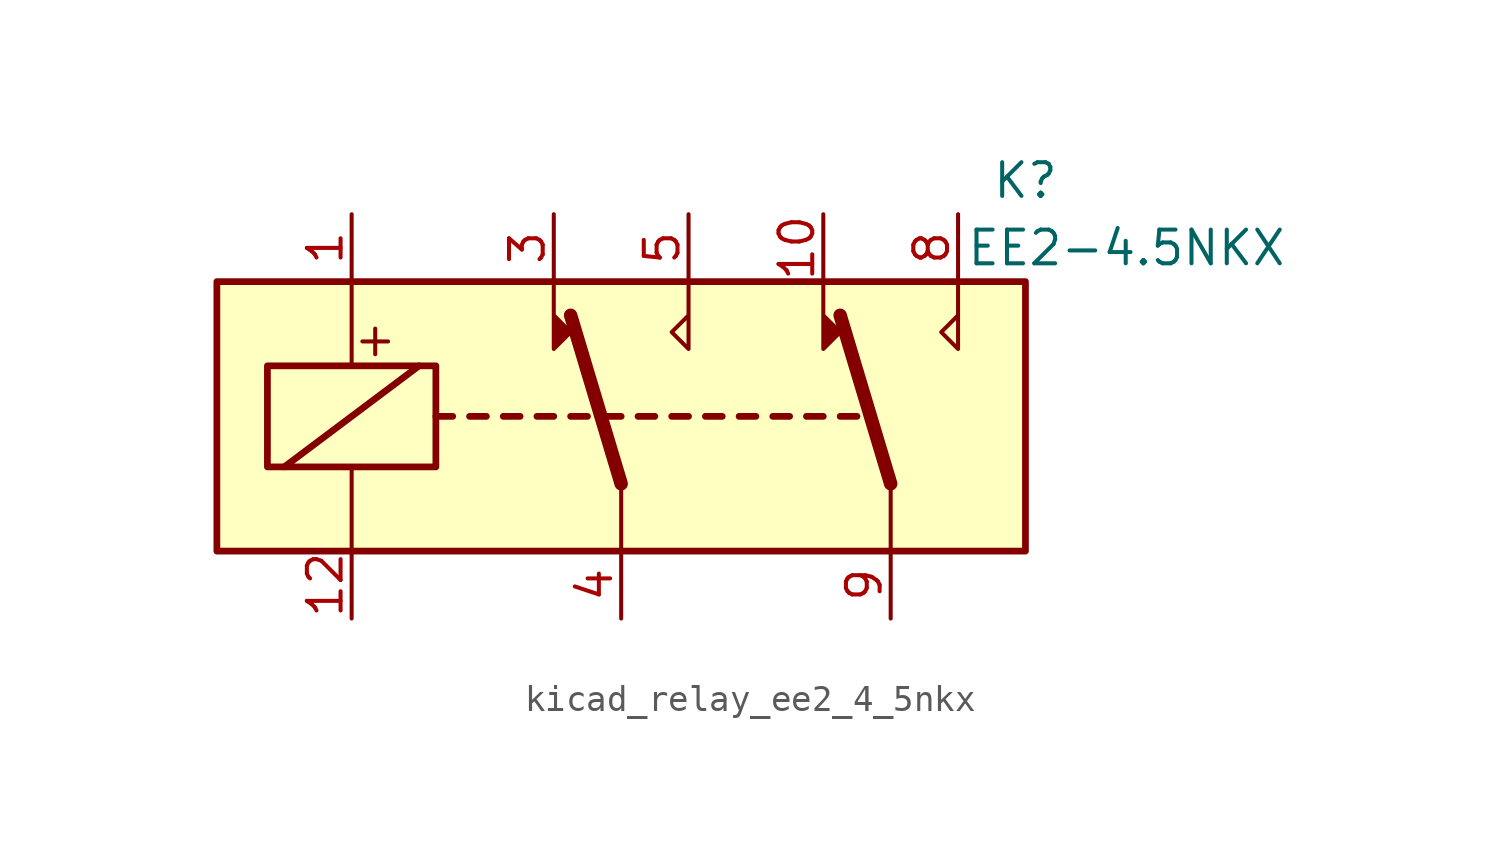
<source format=kicad_sym>
(kicad_symbol_lib
  (version 20220914)
  (generator kicad_symbol_editor)
  (symbol "kicad_relay_ee2_4_5nkx"
    (property "Reference" "K"
      (at 15.24 8.89 0)
      (effects (font (size 1.27 1.27))))
    (property "Value" "EE2-4.5NKX"
      (at 19.05 6.35 0)
      (effects (font (size 1.27 1.27))))
    (symbol "kicad_relay_ee2_4_5nkx_1_1"
      (rectangle (start -15.24 5.08) (end 15.24 -5.08) (stroke (width 0.254) (type default)) (fill (type background)))
      (rectangle (start -13.335 1.905) (end -6.985 -1.905) (stroke (width 0.254) (type default)) (fill (type none)))
      (polyline (pts (xy -12.7 -1.905) (xy -7.62 1.905)) (stroke (width 0.254) (type default)) (fill (type none)))
      (polyline (pts (xy -10.16 -5.08) (xy -10.16 -1.905)) (stroke (width 0) (type default)) (fill (type none)))
      (polyline (pts (xy -10.16 5.08) (xy -10.16 1.905)) (stroke (width 0) (type default)) (fill (type none)))
      (polyline (pts (xy -6.985 0) (xy -6.35 0)) (stroke (width 0.254) (type default)) (fill (type none)))
      (polyline (pts (xy -5.715 0) (xy -5.08 0)) (stroke (width 0.254) (type default)) (fill (type none)))
      (polyline (pts (xy -4.445 0) (xy -3.81 0)) (stroke (width 0.254) (type default)) (fill (type none)))
      (polyline (pts (xy -3.175 0) (xy -2.54 0)) (stroke (width 0.254) (type default)) (fill (type none)))
      (polyline (pts (xy -1.905 0) (xy -1.27 0)) (stroke (width 0.254) (type default)) (fill (type none)))
      (polyline (pts (xy -0.635 0) (xy 0 0)) (stroke (width 0.254) (type default)) (fill (type none)))
      (polyline (pts (xy 0 -2.54) (xy -1.905 3.81)) (stroke (width 0.508) (type default)) (fill (type none)))
      (polyline (pts (xy 0 -2.54) (xy 0 -5.08)) (stroke (width 0) (type default)) (fill (type none)))
      (polyline (pts (xy 0.635 0) (xy 1.27 0)) (stroke (width 0.254) (type default)) (fill (type none)))
      (polyline (pts (xy 1.905 0) (xy 2.54 0)) (stroke (width 0.254) (type default)) (fill (type none)))
      (polyline (pts (xy 3.175 0) (xy 3.81 0)) (stroke (width 0.254) (type default)) (fill (type none)))
      (polyline (pts (xy 4.445 0) (xy 5.08 0)) (stroke (width 0.254) (type default)) (fill (type none)))
      (polyline (pts (xy 5.715 0) (xy 6.35 0)) (stroke (width 0.254) (type default)) (fill (type none)))
      (polyline (pts (xy 6.985 0) (xy 7.62 0)) (stroke (width 0.254) (type default)) (fill (type none)))
      (polyline (pts (xy 8.255 0) (xy 8.89 0)) (stroke (width 0.254) (type default)) (fill (type none)))
      (polyline (pts (xy 10.16 -2.54) (xy 8.255 3.81)) (stroke (width 0.508) (type default)) (fill (type none)))
      (polyline (pts (xy 10.16 -2.54) (xy 10.16 -5.08)) (stroke (width 0) (type default)) (fill (type none)))
      (polyline (pts (xy -2.54 5.08) (xy -2.54 2.54) (xy -1.905 3.175) (xy -2.54 3.81)) (stroke (width 0) (type default)) (fill (type outline)))
      (polyline (pts (xy 2.54 5.08) (xy 2.54 2.54) (xy 1.905 3.175) (xy 2.54 3.81)) (stroke (width 0) (type default)) (fill (type none)))
      (polyline (pts (xy 7.62 5.08) (xy 7.62 2.54) (xy 8.255 3.175) (xy 7.62 3.81)) (stroke (width 0) (type default)) (fill (type outline)))
      (polyline (pts (xy 12.7 5.08) (xy 12.7 2.54) (xy 12.065 3.175) (xy 12.7 3.81)) (stroke (width 0) (type default)) (fill (type none)))
      (text "+" (at -9.271 2.921 0) (effects (font (size 1.27 1.27))))
      (pin passive line (at -10.16 7.62 270) (length 2.54) (name "~" (effects (font (size 1.27 1.27)))) (number "1" (effects (font (size 1.27 1.27)))))
      (pin passive line (at 7.62 7.62 270) (length 2.54) (name "~" (effects (font (size 1.27 1.27)))) (number "10" (effects (font (size 1.27 1.27)))))
      (pin passive line (at -10.16 -7.62 90) (length 2.54) (name "~" (effects (font (size 1.27 1.27)))) (number "12" (effects (font (size 1.27 1.27)))))
      (pin passive line (at -2.54 7.62 270) (length 2.54) (name "~" (effects (font (size 1.27 1.27)))) (number "3" (effects (font (size 1.27 1.27)))))
      (pin passive line (at 0 -7.62 90) (length 2.54) (name "~" (effects (font (size 1.27 1.27)))) (number "4" (effects (font (size 1.27 1.27)))))
      (pin passive line (at 2.54 7.62 270) (length 2.54) (name "~" (effects (font (size 1.27 1.27)))) (number "5" (effects (font (size 1.27 1.27)))))
      (pin passive line (at 12.7 7.62 270) (length 2.54) (name "~" (effects (font (size 1.27 1.27)))) (number "8" (effects (font (size 1.27 1.27)))))
      (pin passive line (at 10.16 -7.62 90) (length 2.54) (name "~" (effects (font (size 1.27 1.27)))) (number "9" (effects (font (size 1.27 1.27))))))))
</source>
